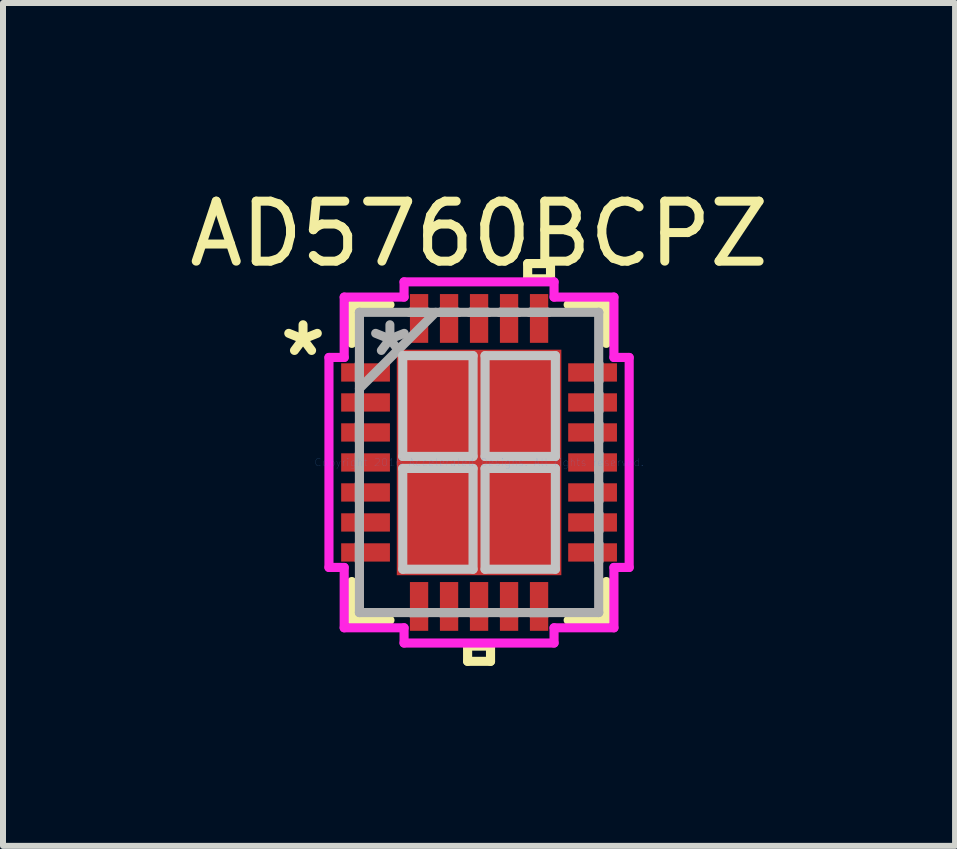
<source format=kicad_pcb>
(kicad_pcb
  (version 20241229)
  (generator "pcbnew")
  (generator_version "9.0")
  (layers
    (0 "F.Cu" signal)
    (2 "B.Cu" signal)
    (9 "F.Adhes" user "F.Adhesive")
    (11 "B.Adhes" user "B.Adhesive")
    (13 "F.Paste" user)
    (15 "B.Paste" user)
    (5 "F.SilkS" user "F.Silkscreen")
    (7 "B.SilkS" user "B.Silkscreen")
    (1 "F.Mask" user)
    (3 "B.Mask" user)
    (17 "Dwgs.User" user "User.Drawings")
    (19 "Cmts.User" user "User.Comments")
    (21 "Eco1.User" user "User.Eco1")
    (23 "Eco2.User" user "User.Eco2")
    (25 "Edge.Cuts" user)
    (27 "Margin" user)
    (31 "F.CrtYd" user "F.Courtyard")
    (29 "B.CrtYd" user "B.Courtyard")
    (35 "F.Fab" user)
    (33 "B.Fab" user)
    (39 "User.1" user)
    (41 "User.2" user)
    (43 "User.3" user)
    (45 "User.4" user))
  (footprint "AD5760BCPZ"
    (layer "F.Cu")
    (at 4.935 4.658)
    (property "Reference" "AD5760BCPZ" (at 0 -3.81 0) (layer "F.SilkS") (effects (font (size 1 1) (thickness 0.15))))
    (attr through_hole)
    (fp_line (start -2.121 -2.629) (end -2.121 -1.985) (stroke (width 0.152) (type solid)) (layer "F.SilkS"))
    (fp_line (start -2.121 1.985) (end -2.121 2.629) (stroke (width 0.152) (type solid)) (layer "F.SilkS"))
    (fp_line (start -2.121 2.629) (end -1.485 2.629) (stroke (width 0.152) (type solid)) (layer "F.SilkS"))
    (fp_line (start -1.485 -2.629) (end -2.121 -2.629) (stroke (width 0.152) (type solid)) (layer "F.SilkS"))
    (fp_line (start -0.191 3.061) (end -0.191 3.315) (stroke (width 0.152) (type solid)) (layer "F.SilkS"))
    (fp_line (start -0.191 3.315) (end 0.191 3.315) (stroke (width 0.152) (type solid)) (layer "F.SilkS"))
    (fp_line (start 0.191 3.061) (end -0.191 3.061) (stroke (width 0.152) (type solid)) (layer "F.SilkS"))
    (fp_line (start 0.191 3.315) (end 0.191 3.061) (stroke (width 0.152) (type solid)) (layer "F.SilkS"))
    (fp_line (start 0.81 -3.315) (end 1.191 -3.315) (stroke (width 0.152) (type solid)) (layer "F.SilkS"))
    (fp_line (start 0.81 -3.061) (end 0.81 -3.315) (stroke (width 0.152) (type solid)) (layer "F.SilkS"))
    (fp_line (start 1.191 -3.315) (end 1.191 -3.061) (stroke (width 0.152) (type solid)) (layer "F.SilkS"))
    (fp_line (start 1.191 -3.061) (end 0.81 -3.061) (stroke (width 0.152) (type solid)) (layer "F.SilkS"))
    (fp_line (start 1.485 2.629) (end 2.121 2.629) (stroke (width 0.152) (type solid)) (layer "F.SilkS"))
    (fp_line (start 2.121 -2.629) (end 1.485 -2.629) (stroke (width 0.152) (type solid)) (layer "F.SilkS"))
    (fp_line (start 2.121 -1.985) (end 2.121 -2.629) (stroke (width 0.152) (type solid)) (layer "F.SilkS"))
    (fp_line (start 2.121 2.629) (end 2.121 1.985) (stroke (width 0.152) (type solid)) (layer "F.SilkS"))
    (fp_line (start -1.272 -1.78) (end -1.272 -0.1) (stroke (width 0.152) (type solid)) (layer "Dwgs.User"))
    (fp_line (start -1.272 -0.1) (end -0.1 -0.1) (stroke (width 0.152) (type solid)) (layer "Dwgs.User"))
    (fp_line (start -1.272 0.1) (end -1.272 1.78) (stroke (width 0.152) (type solid)) (layer "Dwgs.User"))
    (fp_line (start -1.272 1.78) (end -0.1 1.78) (stroke (width 0.152) (type solid)) (layer "Dwgs.User"))
    (fp_line (start -0.1 -1.78) (end -1.272 -1.78) (stroke (width 0.152) (type solid)) (layer "Dwgs.User"))
    (fp_line (start -0.1 -0.1) (end -0.1 -1.78) (stroke (width 0.152) (type solid)) (layer "Dwgs.User"))
    (fp_line (start -0.1 0.1) (end -1.272 0.1) (stroke (width 0.152) (type solid)) (layer "Dwgs.User"))
    (fp_line (start -0.1 1.78) (end -0.1 0.1) (stroke (width 0.152) (type solid)) (layer "Dwgs.User"))
    (fp_line (start 0.1 -1.78) (end 0.1 -0.1) (stroke (width 0.152) (type solid)) (layer "Dwgs.User"))
    (fp_line (start 0.1 -0.1) (end 1.272 -0.1) (stroke (width 0.152) (type solid)) (layer "Dwgs.User"))
    (fp_line (start 0.1 0.1) (end 0.1 1.78) (stroke (width 0.152) (type solid)) (layer "Dwgs.User"))
    (fp_line (start 0.1 1.78) (end 1.272 1.78) (stroke (width 0.152) (type solid)) (layer "Dwgs.User"))
    (fp_line (start 1.272 -1.78) (end 0.1 -1.78) (stroke (width 0.152) (type solid)) (layer "Dwgs.User"))
    (fp_line (start 1.272 -0.1) (end 1.272 -1.78) (stroke (width 0.152) (type solid)) (layer "Dwgs.User"))
    (fp_line (start 1.272 0.1) (end 0.1 0.1) (stroke (width 0.152) (type solid)) (layer "Dwgs.User"))
    (fp_line (start 1.272 1.78) (end 1.272 0.1) (stroke (width 0.152) (type solid)) (layer "Dwgs.User"))
    (fp_line (start -2.502 -1.75) (end -2.248 -1.75) (stroke (width 0.152) (type solid)) (layer "F.CrtYd"))
    (fp_line (start -2.502 1.75) (end -2.502 -1.75) (stroke (width 0.152) (type solid)) (layer "F.CrtYd"))
    (fp_line (start -2.248 -2.756) (end -1.25 -2.756) (stroke (width 0.152) (type solid)) (layer "F.CrtYd"))
    (fp_line (start -2.248 -1.75) (end -2.248 -2.756) (stroke (width 0.152) (type solid)) (layer "F.CrtYd"))
    (fp_line (start -2.248 1.75) (end -2.502 1.75) (stroke (width 0.152) (type solid)) (layer "F.CrtYd"))
    (fp_line (start -2.248 2.756) (end -2.248 1.75) (stroke (width 0.152) (type solid)) (layer "F.CrtYd"))
    (fp_line (start -1.25 -3.01) (end 1.25 -3.01) (stroke (width 0.152) (type solid)) (layer "F.CrtYd"))
    (fp_line (start -1.25 -2.756) (end -1.25 -3.01) (stroke (width 0.152) (type solid)) (layer "F.CrtYd"))
    (fp_line (start -1.25 2.756) (end -2.248 2.756) (stroke (width 0.152) (type solid)) (layer "F.CrtYd"))
    (fp_line (start -1.25 3.01) (end -1.25 2.756) (stroke (width 0.152) (type solid)) (layer "F.CrtYd"))
    (fp_line (start 1.25 -3.01) (end 1.25 -2.756) (stroke (width 0.152) (type solid)) (layer "F.CrtYd"))
    (fp_line (start 1.25 -2.756) (end 2.248 -2.756) (stroke (width 0.152) (type solid)) (layer "F.CrtYd"))
    (fp_line (start 1.25 2.756) (end 1.25 3.01) (stroke (width 0.152) (type solid)) (layer "F.CrtYd"))
    (fp_line (start 1.25 3.01) (end -1.25 3.01) (stroke (width 0.152) (type solid)) (layer "F.CrtYd"))
    (fp_line (start 2.248 -2.756) (end 2.248 -1.75) (stroke (width 0.152) (type solid)) (layer "F.CrtYd"))
    (fp_line (start 2.248 -1.75) (end 2.502 -1.75) (stroke (width 0.152) (type solid)) (layer "F.CrtYd"))
    (fp_line (start 2.248 1.75) (end 2.248 2.756) (stroke (width 0.152) (type solid)) (layer "F.CrtYd"))
    (fp_line (start 2.248 2.756) (end 1.25 2.756) (stroke (width 0.152) (type solid)) (layer "F.CrtYd"))
    (fp_line (start 2.502 -1.75) (end 2.502 1.75) (stroke (width 0.152) (type solid)) (layer "F.CrtYd"))
    (fp_line (start 2.502 1.75) (end 2.248 1.75) (stroke (width 0.152) (type solid)) (layer "F.CrtYd"))
    (fp_line (start -1.994 -2.502) (end -1.994 -2.502) (stroke (width 0.152) (type solid)) (layer "F.Fab"))
    (fp_line (start -1.994 -2.502) (end -1.994 2.502) (stroke (width 0.152) (type solid)) (layer "F.Fab"))
    (fp_line (start -1.994 -1.652) (end -1.994 -1.652) (stroke (width 0.152) (type solid)) (layer "F.Fab"))
    (fp_line (start -1.994 -1.652) (end -1.994 -1.348) (stroke (width 0.152) (type solid)) (layer "F.Fab"))
    (fp_line (start -1.994 -1.348) (end -1.994 -1.652) (stroke (width 0.152) (type solid)) (layer "F.Fab"))
    (fp_line (start -1.994 -1.348) (end -1.994 -1.348) (stroke (width 0.152) (type solid)) (layer "F.Fab"))
    (fp_line (start -1.994 -1.232) (end -0.724 -2.502) (stroke (width 0.152) (type solid)) (layer "F.Fab"))
    (fp_line (start -1.994 -1.152) (end -1.994 -1.152) (stroke (width 0.152) (type solid)) (layer "F.Fab"))
    (fp_line (start -1.994 -1.152) (end -1.994 -0.848) (stroke (width 0.152) (type solid)) (layer "F.Fab"))
    (fp_line (start -1.994 -0.848) (end -1.994 -1.152) (stroke (width 0.152) (type solid)) (layer "F.Fab"))
    (fp_line (start -1.994 -0.848) (end -1.994 -0.848) (stroke (width 0.152) (type solid)) (layer "F.Fab"))
    (fp_line (start -1.994 -0.652) (end -1.994 -0.652) (stroke (width 0.152) (type solid)) (layer "F.Fab"))
    (fp_line (start -1.994 -0.652) (end -1.994 -0.348) (stroke (width 0.152) (type solid)) (layer "F.Fab"))
    (fp_line (start -1.994 -0.348) (end -1.994 -0.652) (stroke (width 0.152) (type solid)) (layer "F.Fab"))
    (fp_line (start -1.994 -0.348) (end -1.994 -0.348) (stroke (width 0.152) (type solid)) (layer "F.Fab"))
    (fp_line (start -1.994 -0.152) (end -1.994 -0.152) (stroke (width 0.152) (type solid)) (layer "F.Fab"))
    (fp_line (start -1.994 -0.152) (end -1.994 0.152) (stroke (width 0.152) (type solid)) (layer "F.Fab"))
    (fp_line (start -1.994 0.152) (end -1.994 -0.152) (stroke (width 0.152) (type solid)) (layer "F.Fab"))
    (fp_line (start -1.994 0.152) (end -1.994 0.152) (stroke (width 0.152) (type solid)) (layer "F.Fab"))
    (fp_line (start -1.994 0.348) (end -1.994 0.348) (stroke (width 0.152) (type solid)) (layer "F.Fab"))
    (fp_line (start -1.994 0.348) (end -1.994 0.652) (stroke (width 0.152) (type solid)) (layer "F.Fab"))
    (fp_line (start -1.994 0.652) (end -1.994 0.348) (stroke (width 0.152) (type solid)) (layer "F.Fab"))
    (fp_line (start -1.994 0.652) (end -1.994 0.652) (stroke (width 0.152) (type solid)) (layer "F.Fab"))
    (fp_line (start -1.994 0.848) (end -1.994 0.848) (stroke (width 0.152) (type solid)) (layer "F.Fab"))
    (fp_line (start -1.994 0.848) (end -1.994 1.152) (stroke (width 0.152) (type solid)) (layer "F.Fab"))
    (fp_line (start -1.994 1.152) (end -1.994 0.848) (stroke (width 0.152) (type solid)) (layer "F.Fab"))
    (fp_line (start -1.994 1.152) (end -1.994 1.152) (stroke (width 0.152) (type solid)) (layer "F.Fab"))
    (fp_line (start -1.994 1.348) (end -1.994 1.348) (stroke (width 0.152) (type solid)) (layer "F.Fab"))
    (fp_line (start -1.994 1.348) (end -1.994 1.652) (stroke (width 0.152) (type solid)) (layer "F.Fab"))
    (fp_line (start -1.994 1.652) (end -1.994 1.348) (stroke (width 0.152) (type solid)) (layer "F.Fab"))
    (fp_line (start -1.994 1.652) (end -1.994 1.652) (stroke (width 0.152) (type solid)) (layer "F.Fab"))
    (fp_line (start -1.994 2.502) (end -1.994 2.502) (stroke (width 0.152) (type solid)) (layer "F.Fab"))
    (fp_line (start -1.994 2.502) (end 1.994 2.502) (stroke (width 0.152) (type solid)) (layer "F.Fab"))
    (fp_line (start -1.152 -2.502) (end -1.152 -2.502) (stroke (width 0.152) (type solid)) (layer "F.Fab"))
    (fp_line (start -1.152 -2.502) (end -0.848 -2.502) (stroke (width 0.152) (type solid)) (layer "F.Fab"))
    (fp_line (start -1.152 2.502) (end -1.152 2.502) (stroke (width 0.152) (type solid)) (layer "F.Fab"))
    (fp_line (start -1.152 2.502) (end -0.848 2.502) (stroke (width 0.152) (type solid)) (layer "F.Fab"))
    (fp_line (start -0.848 -2.502) (end -1.152 -2.502) (stroke (width 0.152) (type solid)) (layer "F.Fab"))
    (fp_line (start -0.848 -2.502) (end -0.848 -2.502) (stroke (width 0.152) (type solid)) (layer "F.Fab"))
    (fp_line (start -0.848 2.502) (end -1.152 2.502) (stroke (width 0.152) (type solid)) (layer "F.Fab"))
    (fp_line (start -0.848 2.502) (end -0.848 2.502) (stroke (width 0.152) (type solid)) (layer "F.Fab"))
    (fp_line (start -0.652 -2.502) (end -0.652 -2.502) (stroke (width 0.152) (type solid)) (layer "F.Fab"))
    (fp_line (start -0.652 -2.502) (end -0.348 -2.502) (stroke (width 0.152) (type solid)) (layer "F.Fab"))
    (fp_line (start -0.652 2.502) (end -0.652 2.502) (stroke (width 0.152) (type solid)) (layer "F.Fab"))
    (fp_line (start -0.652 2.502) (end -0.348 2.502) (stroke (width 0.152) (type solid)) (layer "F.Fab"))
    (fp_line (start -0.348 -2.502) (end -0.652 -2.502) (stroke (width 0.152) (type solid)) (layer "F.Fab"))
    (fp_line (start -0.348 -2.502) (end -0.348 -2.502) (stroke (width 0.152) (type solid)) (layer "F.Fab"))
    (fp_line (start -0.348 2.502) (end -0.652 2.502) (stroke (width 0.152) (type solid)) (layer "F.Fab"))
    (fp_line (start -0.348 2.502) (end -0.348 2.502) (stroke (width 0.152) (type solid)) (layer "F.Fab"))
    (fp_line (start -0.152 -2.502) (end -0.152 -2.502) (stroke (width 0.152) (type solid)) (layer "F.Fab"))
    (fp_line (start -0.152 -2.502) (end 0.152 -2.502) (stroke (width 0.152) (type solid)) (layer "F.Fab"))
    (fp_line (start -0.152 2.502) (end -0.152 2.502) (stroke (width 0.152) (type solid)) (layer "F.Fab"))
    (fp_line (start -0.152 2.502) (end 0.152 2.502) (stroke (width 0.152) (type solid)) (layer "F.Fab"))
    (fp_line (start 0.152 -2.502) (end -0.152 -2.502) (stroke (width 0.152) (type solid)) (layer "F.Fab"))
    (fp_line (start 0.152 -2.502) (end 0.152 -2.502) (stroke (width 0.152) (type solid)) (layer "F.Fab"))
    (fp_line (start 0.152 2.502) (end -0.152 2.502) (stroke (width 0.152) (type solid)) (layer "F.Fab"))
    (fp_line (start 0.152 2.502) (end 0.152 2.502) (stroke (width 0.152) (type solid)) (layer "F.Fab"))
    (fp_line (start 0.348 -2.502) (end 0.348 -2.502) (stroke (width 0.152) (type solid)) (layer "F.Fab"))
    (fp_line (start 0.348 -2.502) (end 0.652 -2.502) (stroke (width 0.152) (type solid)) (layer "F.Fab"))
    (fp_line (start 0.348 2.502) (end 0.348 2.502) (stroke (width 0.152) (type solid)) (layer "F.Fab"))
    (fp_line (start 0.348 2.502) (end 0.652 2.502) (stroke (width 0.152) (type solid)) (layer "F.Fab"))
    (fp_line (start 0.652 -2.502) (end 0.348 -2.502) (stroke (width 0.152) (type solid)) (layer "F.Fab"))
    (fp_line (start 0.652 -2.502) (end 0.652 -2.502) (stroke (width 0.152) (type solid)) (layer "F.Fab"))
    (fp_line (start 0.652 2.502) (end 0.348 2.502) (stroke (width 0.152) (type solid)) (layer "F.Fab"))
    (fp_line (start 0.652 2.502) (end 0.652 2.502) (stroke (width 0.152) (type solid)) (layer "F.Fab"))
    (fp_line (start 0.848 -2.502) (end 0.848 -2.502) (stroke (width 0.152) (type solid)) (layer "F.Fab"))
    (fp_line (start 0.848 -2.502) (end 1.152 -2.502) (stroke (width 0.152) (type solid)) (layer "F.Fab"))
    (fp_line (start 0.848 2.502) (end 0.848 2.502) (stroke (width 0.152) (type solid)) (layer "F.Fab"))
    (fp_line (start 0.848 2.502) (end 1.152 2.502) (stroke (width 0.152) (type solid)) (layer "F.Fab"))
    (fp_line (start 1.152 -2.502) (end 0.848 -2.502) (stroke (width 0.152) (type solid)) (layer "F.Fab"))
    (fp_line (start 1.152 -2.502) (end 1.152 -2.502) (stroke (width 0.152) (type solid)) (layer "F.Fab"))
    (fp_line (start 1.152 2.502) (end 0.848 2.502) (stroke (width 0.152) (type solid)) (layer "F.Fab"))
    (fp_line (start 1.152 2.502) (end 1.152 2.502) (stroke (width 0.152) (type solid)) (layer "F.Fab"))
    (fp_line (start 1.994 -2.502) (end -1.994 -2.502) (stroke (width 0.152) (type solid)) (layer "F.Fab"))
    (fp_line (start 1.994 -2.502) (end 1.994 -2.502) (stroke (width 0.152) (type solid)) (layer "F.Fab"))
    (fp_line (start 1.994 -1.652) (end 1.994 -1.652) (stroke (width 0.152) (type solid)) (layer "F.Fab"))
    (fp_line (start 1.994 -1.652) (end 1.994 -1.348) (stroke (width 0.152) (type solid)) (layer "F.Fab"))
    (fp_line (start 1.994 -1.348) (end 1.994 -1.652) (stroke (width 0.152) (type solid)) (layer "F.Fab"))
    (fp_line (start 1.994 -1.348) (end 1.994 -1.348) (stroke (width 0.152) (type solid)) (layer "F.Fab"))
    (fp_line (start 1.994 -1.152) (end 1.994 -1.152) (stroke (width 0.152) (type solid)) (layer "F.Fab"))
    (fp_line (start 1.994 -1.152) (end 1.994 -0.848) (stroke (width 0.152) (type solid)) (layer "F.Fab"))
    (fp_line (start 1.994 -0.848) (end 1.994 -1.152) (stroke (width 0.152) (type solid)) (layer "F.Fab"))
    (fp_line (start 1.994 -0.848) (end 1.994 -0.848) (stroke (width 0.152) (type solid)) (layer "F.Fab"))
    (fp_line (start 1.994 -0.652) (end 1.994 -0.652) (stroke (width 0.152) (type solid)) (layer "F.Fab"))
    (fp_line (start 1.994 -0.652) (end 1.994 -0.348) (stroke (width 0.152) (type solid)) (layer "F.Fab"))
    (fp_line (start 1.994 -0.348) (end 1.994 -0.652) (stroke (width 0.152) (type solid)) (layer "F.Fab"))
    (fp_line (start 1.994 -0.348) (end 1.994 -0.348) (stroke (width 0.152) (type solid)) (layer "F.Fab"))
    (fp_line (start 1.994 -0.152) (end 1.994 -0.152) (stroke (width 0.152) (type solid)) (layer "F.Fab"))
    (fp_line (start 1.994 -0.152) (end 1.994 0.152) (stroke (width 0.152) (type solid)) (layer "F.Fab"))
    (fp_line (start 1.994 0.152) (end 1.994 -0.152) (stroke (width 0.152) (type solid)) (layer "F.Fab"))
    (fp_line (start 1.994 0.152) (end 1.994 0.152) (stroke (width 0.152) (type solid)) (layer "F.Fab"))
    (fp_line (start 1.994 0.348) (end 1.994 0.348) (stroke (width 0.152) (type solid)) (layer "F.Fab"))
    (fp_line (start 1.994 0.348) (end 1.994 0.652) (stroke (width 0.152) (type solid)) (layer "F.Fab"))
    (fp_line (start 1.994 0.652) (end 1.994 0.348) (stroke (width 0.152) (type solid)) (layer "F.Fab"))
    (fp_line (start 1.994 0.652) (end 1.994 0.652) (stroke (width 0.152) (type solid)) (layer "F.Fab"))
    (fp_line (start 1.994 0.848) (end 1.994 0.848) (stroke (width 0.152) (type solid)) (layer "F.Fab"))
    (fp_line (start 1.994 0.848) (end 1.994 1.152) (stroke (width 0.152) (type solid)) (layer "F.Fab"))
    (fp_line (start 1.994 1.152) (end 1.994 0.848) (stroke (width 0.152) (type solid)) (layer "F.Fab"))
    (fp_line (start 1.994 1.152) (end 1.994 1.152) (stroke (width 0.152) (type solid)) (layer "F.Fab"))
    (fp_line (start 1.994 1.348) (end 1.994 1.348) (stroke (width 0.152) (type solid)) (layer "F.Fab"))
    (fp_line (start 1.994 1.348) (end 1.994 1.652) (stroke (width 0.152) (type solid)) (layer "F.Fab"))
    (fp_line (start 1.994 1.652) (end 1.994 1.348) (stroke (width 0.152) (type solid)) (layer "F.Fab"))
    (fp_line (start 1.994 1.652) (end 1.994 1.652) (stroke (width 0.152) (type solid)) (layer "F.Fab"))
    (fp_line (start 1.994 2.502) (end 1.994 -2.502) (stroke (width 0.152) (type solid)) (layer "F.Fab"))
    (fp_line (start 1.994 2.502) (end 1.994 2.502) (stroke (width 0.152) (type solid)) (layer "F.Fab"))
    (fp_text user "*" (at -2.934 -1.75 0) (layer "F.SilkS") (effects (font (size 1 1) (thickness 0.15))))
    (fp_text user "Copyright 2016 Accelerated Designs. All rights reserved." (at 0 0 0) (layer "Cmts.User") (effects (font (size 0.127 0.127) (thickness 0.002))))
    (fp_text user "*" (at -1.486 -1.75 0) (layer "F.Fab") (effects (font (size 1 1) (thickness 0.15))))
    (pad "1" smd rect (at -1.892 -1.5 90) (size 0.305 0.813) (layers "F.Cu" "F.Mask" "F.Paste"))
    (pad "2" smd rect (at -1.892 -1 90) (size 0.305 0.813) (layers "F.Cu" "F.Mask" "F.Paste"))
    (pad "3" smd rect (at -1.892 -0.5 90) (size 0.305 0.813) (layers "F.Cu" "F.Mask" "F.Paste"))
    (pad "4" smd rect (at -1.892 0 90) (size 0.305 0.813) (layers "F.Cu" "F.Mask" "F.Paste"))
    (pad "5" smd rect (at -1.892 0.5 90) (size 0.305 0.813) (layers "F.Cu" "F.Mask" "F.Paste"))
    (pad "6" smd rect (at -1.892 1 90) (size 0.305 0.813) (layers "F.Cu" "F.Mask" "F.Paste"))
    (pad "7" smd rect (at -1.892 1.5 90) (size 0.305 0.813) (layers "F.Cu" "F.Mask" "F.Paste"))
    (pad "8" smd rect (at -1 2.4) (size 0.305 0.813) (layers "F.Cu" "F.Mask" "F.Paste"))
    (pad "9" smd rect (at -0.5 2.4) (size 0.305 0.813) (layers "F.Cu" "F.Mask" "F.Paste"))
    (pad "10" smd rect (at 0 2.4) (size 0.305 0.813) (layers "F.Cu" "F.Mask" "F.Paste"))
    (pad "11" smd rect (at 0.5 2.4) (size 0.305 0.813) (layers "F.Cu" "F.Mask" "F.Paste"))
    (pad "12" smd rect (at 1 2.4) (size 0.305 0.813) (layers "F.Cu" "F.Mask" "F.Paste"))
    (pad "13" smd rect (at 1.892 1.5 90) (size 0.305 0.813) (layers "F.Cu" "F.Mask" "F.Paste"))
    (pad "14" smd rect (at 1.892 1 90) (size 0.305 0.813) (layers "F.Cu" "F.Mask" "F.Paste"))
    (pad "15" smd rect (at 1.892 0.5 90) (size 0.305 0.813) (layers "F.Cu" "F.Mask" "F.Paste"))
    (pad "16" smd rect (at 1.892 0 90) (size 0.305 0.813) (layers "F.Cu" "F.Mask" "F.Paste"))
    (pad "17" smd rect (at 1.892 -0.5 90) (size 0.305 0.813) (layers "F.Cu" "F.Mask" "F.Paste"))
    (pad "18" smd rect (at 1.892 -1 90) (size 0.305 0.813) (layers "F.Cu" "F.Mask" "F.Paste"))
    (pad "19" smd rect (at 1.892 -1.5 90) (size 0.305 0.813) (layers "F.Cu" "F.Mask" "F.Paste"))
    (pad "20" smd rect (at 1 -2.4) (size 0.305 0.813) (layers "F.Cu" "F.Mask" "F.Paste"))
    (pad "21" smd rect (at 0.5 -2.4) (size 0.305 0.813) (layers "F.Cu" "F.Mask" "F.Paste"))
    (pad "22" smd rect (at 0 -2.4) (size 0.305 0.813) (layers "F.Cu" "F.Mask" "F.Paste"))
    (pad "23" smd rect (at -0.5 -2.4) (size 0.305 0.813) (layers "F.Cu" "F.Mask" "F.Paste"))
    (pad "24" smd rect (at -1 -2.4) (size 0.305 0.813) (layers "F.Cu" "F.Mask" "F.Paste"))
    (pad "25" smd rect (at 0 0) (size 2.743 3.759) (layers "F.Cu" "F.Mask" "F.Paste")))
  (gr_rect
    (start -3 -3)
    (end 12.869 11.049)
    (stroke (width 0.1) (type default))
    (fill no)
    (layer "Edge.Cuts")))
</source>
